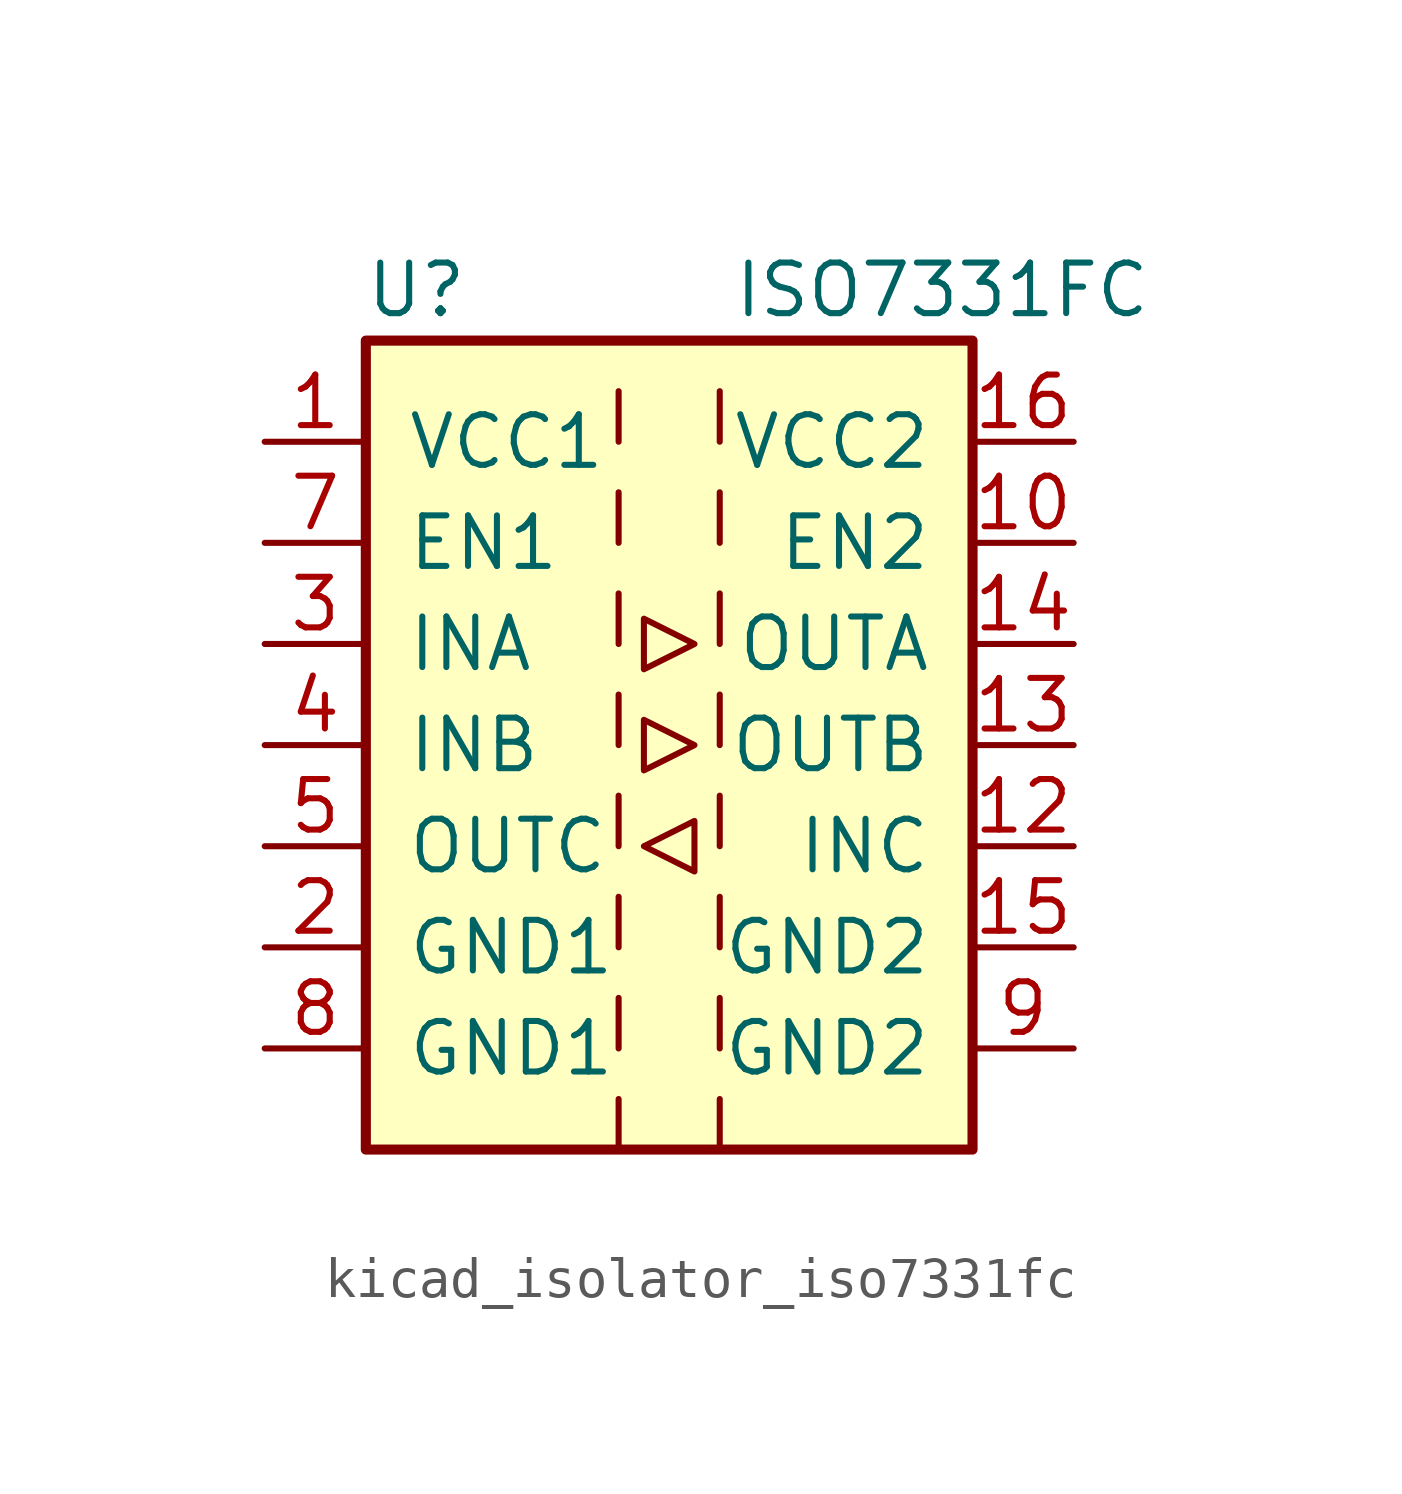
<source format=kicad_sym>
(kicad_symbol_lib
  (version 20220914)
  (generator kicad_symbol_editor)
  (symbol "kicad_isolator_iso7331fc"
    (pin_names
      (offset 1.016))
    (property "Reference" "U"
      (at -6.35 11.43 0)
      (effects (font (size 1.27 1.27))))
    (property "Value" "ISO7331FC"
      (at 6.858 11.43 0)
      (effects (font (size 1.27 1.27))))
    (symbol "kicad_isolator_iso7331fc_0_1"
      (rectangle (start -7.62 10.16) (end 7.62 -10.16) (stroke (width 0.254) (type default)) (fill (type background)))
      (polyline (pts (xy -1.27 -8.89) (xy -1.27 -10.16)) (stroke (width 0) (type default)) (fill (type none)))
      (polyline (pts (xy -1.27 -6.35) (xy -1.27 -7.62)) (stroke (width 0) (type default)) (fill (type none)))
      (polyline (pts (xy -1.27 -3.81) (xy -1.27 -5.08)) (stroke (width 0) (type default)) (fill (type none)))
      (polyline (pts (xy -1.27 -1.27) (xy -1.27 -2.54)) (stroke (width 0) (type default)) (fill (type none)))
      (polyline (pts (xy -1.27 1.27) (xy -1.27 0)) (stroke (width 0) (type default)) (fill (type none)))
      (polyline (pts (xy -1.27 3.81) (xy -1.27 2.54)) (stroke (width 0) (type default)) (fill (type none)))
      (polyline (pts (xy -1.27 6.35) (xy -1.27 5.08)) (stroke (width 0) (type default)) (fill (type none)))
      (polyline (pts (xy -1.27 8.89) (xy -1.27 7.62)) (stroke (width 0) (type default)) (fill (type none)))
      (polyline (pts (xy 1.27 -8.89) (xy 1.27 -10.16)) (stroke (width 0) (type default)) (fill (type none)))
      (polyline (pts (xy 1.27 -6.35) (xy 1.27 -7.62)) (stroke (width 0) (type default)) (fill (type none)))
      (polyline (pts (xy 1.27 -3.81) (xy 1.27 -5.08)) (stroke (width 0) (type default)) (fill (type none)))
      (polyline (pts (xy 1.27 -1.27) (xy 1.27 -2.54)) (stroke (width 0) (type default)) (fill (type none)))
      (polyline (pts (xy 1.27 1.27) (xy 1.27 0)) (stroke (width 0) (type default)) (fill (type none)))
      (polyline (pts (xy 1.27 3.81) (xy 1.27 2.54)) (stroke (width 0) (type default)) (fill (type none)))
      (polyline (pts (xy 1.27 6.35) (xy 1.27 5.08)) (stroke (width 0) (type default)) (fill (type none)))
      (polyline (pts (xy 1.27 8.89) (xy 1.27 7.62)) (stroke (width 0) (type default)) (fill (type none)))
      (polyline (pts (xy -0.635 -2.54) (xy 0.635 -1.905) (xy 0.635 -3.175) (xy -0.635 -2.54)) (stroke (width 0) (type default)) (fill (type none)))
      (polyline (pts (xy -0.635 0.635) (xy -0.635 -0.635) (xy 0.635 0) (xy -0.635 0.635)) (stroke (width 0) (type default)) (fill (type none)))
      (polyline (pts (xy -0.635 3.175) (xy -0.635 1.905) (xy 0.635 2.54) (xy -0.635 3.175)) (stroke (width 0) (type default)) (fill (type none))))
    (symbol "kicad_isolator_iso7331fc_1_1"
      (pin power_in line (at -10.16 7.62 0) (length 2.54) (name "VCC1" (effects (font (size 1.27 1.27)))) (number "1" (effects (font (size 1.27 1.27)))))
      (pin input line (at 10.16 5.08 180) (length 2.54) (name "EN2" (effects (font (size 1.27 1.27)))) (number "10" (effects (font (size 1.27 1.27)))))
      (pin no_connect line (at 0 10.16 270) (length 2.54) hide (name "NC" (effects (font (size 1.27 1.27)))) (number "11" (effects (font (size 1.27 1.27)))))
      (pin input line (at 10.16 -2.54 180) (length 2.54) (name "INC" (effects (font (size 1.27 1.27)))) (number "12" (effects (font (size 1.27 1.27)))))
      (pin output line (at 10.16 0 180) (length 2.54) (name "OUTB" (effects (font (size 1.27 1.27)))) (number "13" (effects (font (size 1.27 1.27)))))
      (pin output line (at 10.16 2.54 180) (length 2.54) (name "OUTA" (effects (font (size 1.27 1.27)))) (number "14" (effects (font (size 1.27 1.27)))))
      (pin power_in line (at 10.16 -5.08 180) (length 2.54) (name "GND2" (effects (font (size 1.27 1.27)))) (number "15" (effects (font (size 1.27 1.27)))))
      (pin power_in line (at 10.16 7.62 180) (length 2.54) (name "VCC2" (effects (font (size 1.27 1.27)))) (number "16" (effects (font (size 1.27 1.27)))))
      (pin power_in line (at -10.16 -5.08 0) (length 2.54) (name "GND1" (effects (font (size 1.27 1.27)))) (number "2" (effects (font (size 1.27 1.27)))))
      (pin input line (at -10.16 2.54 0) (length 2.54) (name "INA" (effects (font (size 1.27 1.27)))) (number "3" (effects (font (size 1.27 1.27)))))
      (pin input line (at -10.16 0 0) (length 2.54) (name "INB" (effects (font (size 1.27 1.27)))) (number "4" (effects (font (size 1.27 1.27)))))
      (pin output line (at -10.16 -2.54 0) (length 2.54) (name "OUTC" (effects (font (size 1.27 1.27)))) (number "5" (effects (font (size 1.27 1.27)))))
      (pin no_connect line (at 0 -10.16 90) (length 2.54) hide (name "NC" (effects (font (size 1.27 1.27)))) (number "6" (effects (font (size 1.27 1.27)))))
      (pin input line (at -10.16 5.08 0) (length 2.54) (name "EN1" (effects (font (size 1.27 1.27)))) (number "7" (effects (font (size 1.27 1.27)))))
      (pin power_in line (at -10.16 -7.62 0) (length 2.54) (name "GND1" (effects (font (size 1.27 1.27)))) (number "8" (effects (font (size 1.27 1.27)))))
      (pin power_in line (at 10.16 -7.62 180) (length 2.54) (name "GND2" (effects (font (size 1.27 1.27)))) (number "9" (effects (font (size 1.27 1.27))))))))
</source>
